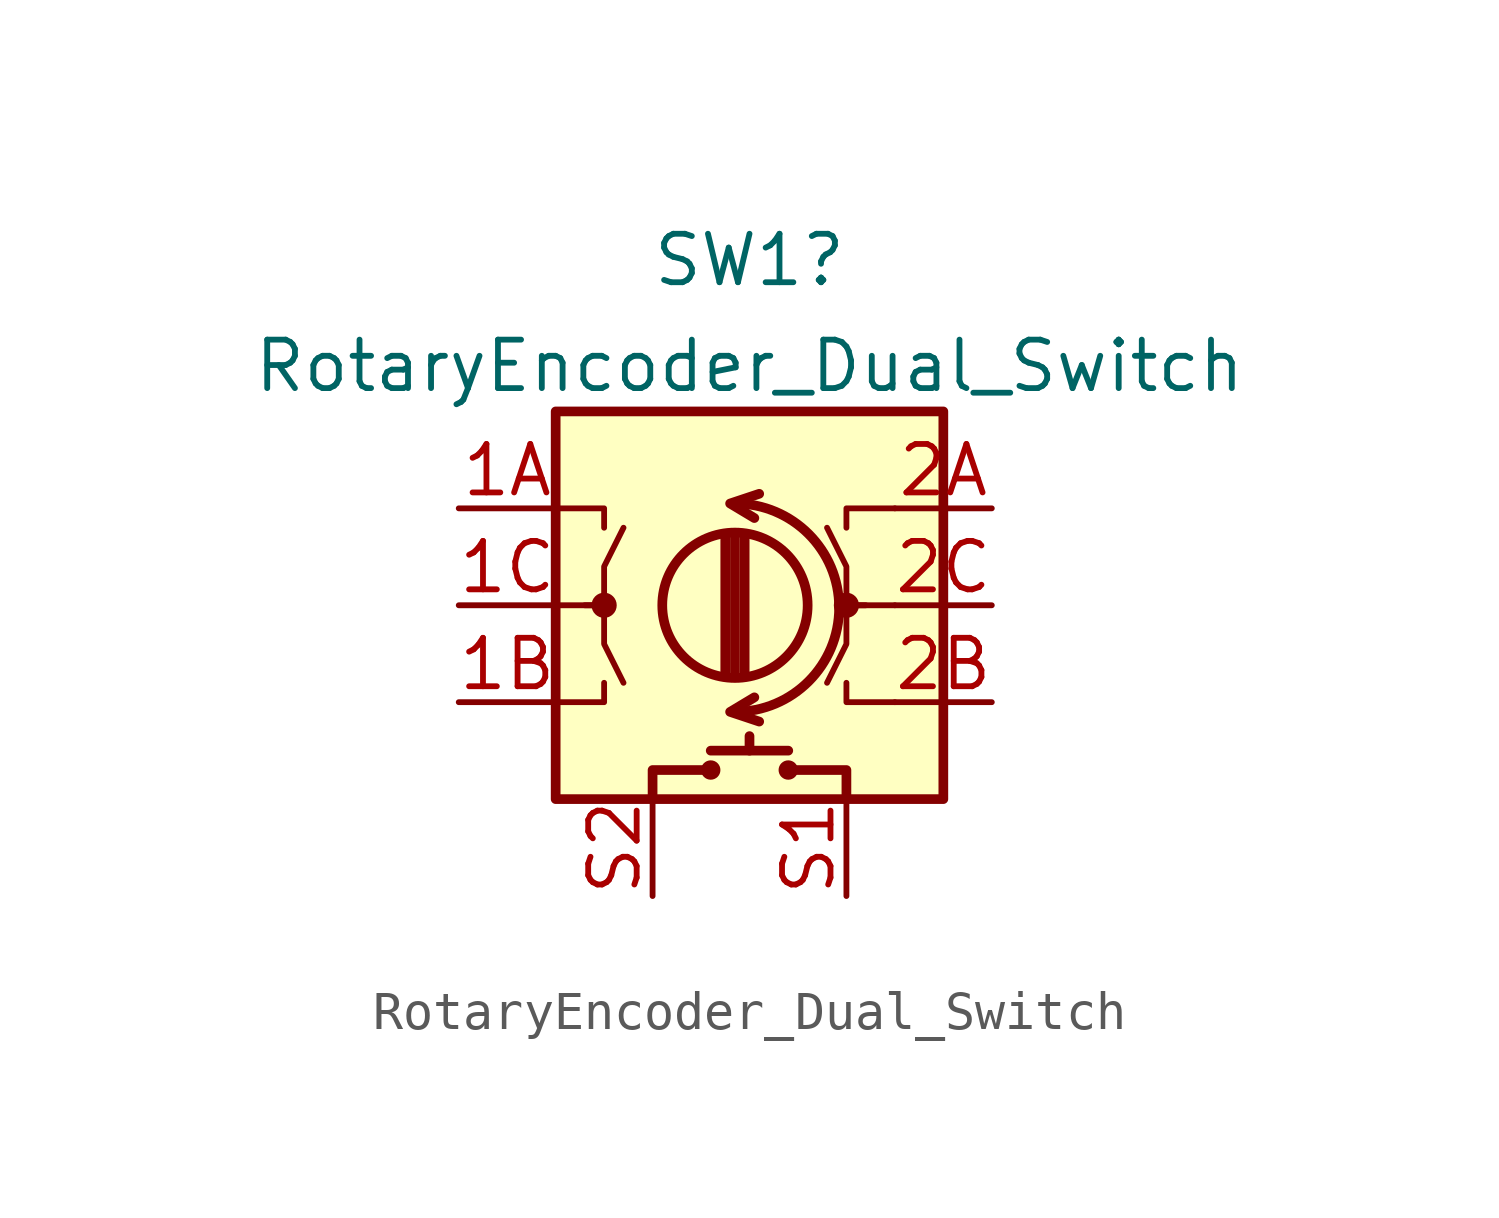
<source format=kicad_sym>
(kicad_symbol_lib
  (version 20211014)
  (generator kicad_symbol_editor)
  (symbol "RotaryEncoder_Dual_Switch"
    (pin_names
      (offset 0.254) hide)
    (property "Reference" "SW1"
      (at 0 9.046 0)
      (effects (font (size 1.27 1.27))))
    (property "Value" "RotaryEncoder_Dual_Switch"
      (at 0 6.271 0)
      (effects (font (size 1.27 1.27))))
    (symbol "RotaryEncoder_Dual_Switch_0_1"
      (rectangle (start -5.08 5.08) (end 5.08 -5.08) (stroke (width 0.254) (type default) (color 0 0 0 0)) (fill (type background)))
      (circle (center -3.81 0) (radius 0.254) (stroke (width 0) (type default) (color 0 0 0 0)) (fill (type outline)))
      (circle (center -1.016 -4.318) (radius 0.127) (stroke (width 0.254) (type default) (color 0 0 0 0)) (fill (type none)))
      (arc (start -0.381 -2.794) (mid 2.3622 -0.0635) (end -0.381 2.667) (stroke (width 0.254) (type default) (color 0 0 0 0)) (fill (type none)))
      (circle (center -0.381 0) (radius 1.905) (stroke (width 0.254) (type default) (color 0 0 0 0)) (fill (type none)))
      (polyline (pts (xy -0.635 -1.778) (xy -0.635 1.778)) (stroke (width 0.254) (type default) (color 0 0 0 0)) (fill (type none)))
      (polyline (pts (xy -0.381 -1.778) (xy -0.381 1.778)) (stroke (width 0.254) (type default) (color 0 0 0 0)) (fill (type none)))
      (polyline (pts (xy -0.127 1.778) (xy -0.127 -1.778)) (stroke (width 0.254) (type default) (color 0 0 0 0)) (fill (type none)))
      (polyline (pts (xy 0 -3.81) (xy 0 -3.429)) (stroke (width 0.254) (type default) (color 0 0 0 0)) (fill (type none)))
      (polyline (pts (xy 1.016 -3.81) (xy -1.016 -3.81)) (stroke (width 0.254) (type default) (color 0 0 0 0)) (fill (type none)))
      (polyline (pts (xy -5.08 -2.54) (xy -3.81 -2.54) (xy -3.81 -2.032)) (stroke (width 0) (type default) (color 0 0 0 0)) (fill (type none)))
      (polyline (pts (xy -5.08 2.54) (xy -3.81 2.54) (xy -3.81 2.032)) (stroke (width 0) (type default) (color 0 0 0 0)) (fill (type none)))
      (polyline (pts (xy -2.54 -5.08) (xy -2.54 -4.318) (xy -1.016 -4.318)) (stroke (width 0.254) (type default) (color 0 0 0 0)) (fill (type none)))
      (polyline (pts (xy 0.254 -3.048) (xy -0.508 -2.794) (xy 0.127 -2.413)) (stroke (width 0.254) (type default) (color 0 0 0 0)) (fill (type none)))
      (polyline (pts (xy 0.254 2.921) (xy -0.508 2.667) (xy 0.127 2.286)) (stroke (width 0.254) (type default) (color 0 0 0 0)) (fill (type none)))
      (polyline (pts (xy 2.54 -5.08) (xy 2.54 -4.318) (xy 1.016 -4.318)) (stroke (width 0.254) (type default) (color 0 0 0 0)) (fill (type none)))
      (polyline (pts (xy 3.81 -2.54) (xy 2.54 -2.54) (xy 2.54 -2.032)) (stroke (width 0) (type default) (color 0 0 0 0)) (fill (type none)))
      (polyline (pts (xy 3.81 2.54) (xy 2.54 2.54) (xy 2.54 2.032)) (stroke (width 0) (type default) (color 0 0 0 0)) (fill (type none)))
      (polyline (pts (xy -5.08 0) (xy -3.81 0) (xy -3.81 -1.016) (xy -3.302 -2.032)) (stroke (width 0) (type default) (color 0 0 0 0)) (fill (type none)))
      (polyline (pts (xy -4.318 0) (xy -3.81 0) (xy -3.81 1.016) (xy -3.302 2.032)) (stroke (width 0) (type default) (color 0 0 0 0)) (fill (type none)))
      (polyline (pts (xy 3.048 0) (xy 2.54 0) (xy 2.54 1.016) (xy 2.032 2.032)) (stroke (width 0) (type default) (color 0 0 0 0)) (fill (type none)))
      (polyline (pts (xy 3.81 0) (xy 2.54 0) (xy 2.54 -1.016) (xy 2.032 -2.032)) (stroke (width 0) (type default) (color 0 0 0 0)) (fill (type none)))
      (circle (center 1.016 -4.318) (radius 0.127) (stroke (width 0.254) (type default) (color 0 0 0 0)) (fill (type none)))
      (circle (center 2.54 0) (radius 0.254) (stroke (width 0) (type default) (color 0 0 0 0)) (fill (type outline))))
    (symbol "RotaryEncoder_Dual_Switch_1_1"
      (pin passive line (at -7.62 2.54 0) (length 2.54) (name "1A" (effects (font (size 1.27 1.27)))) (number "1A" (effects (font (size 1.27 1.27)))))
      (pin passive line (at -7.62 -2.54 0) (length 2.54) (name "1B" (effects (font (size 1.27 1.27)))) (number "1B" (effects (font (size 1.27 1.27)))))
      (pin passive line (at -7.62 0 0) (length 2.54) (name "1C" (effects (font (size 1.27 1.27)))) (number "1C" (effects (font (size 1.27 1.27)))))
      (pin passive line (at 6.35 2.54 180) (length 2.54) (name "2A" (effects (font (size 1.27 1.27)))) (number "2A" (effects (font (size 1.27 1.27)))))
      (pin passive line (at 6.35 -2.54 180) (length 2.54) (name "2B" (effects (font (size 1.27 1.27)))) (number "2B" (effects (font (size 1.27 1.27)))))
      (pin passive line (at 6.35 0 180) (length 2.54) (name "2C" (effects (font (size 1.27 1.27)))) (number "2C" (effects (font (size 1.27 1.27)))))
      (pin passive line (at 2.54 -7.62 90) (length 2.54) (name "S1" (effects (font (size 1.27 1.27)))) (number "S1" (effects (font (size 1.27 1.27)))))
      (pin passive line (at -2.54 -7.62 90) (length 2.54) (name "S2" (effects (font (size 1.27 1.27)))) (number "S2" (effects (font (size 1.27 1.27))))))))
</source>
